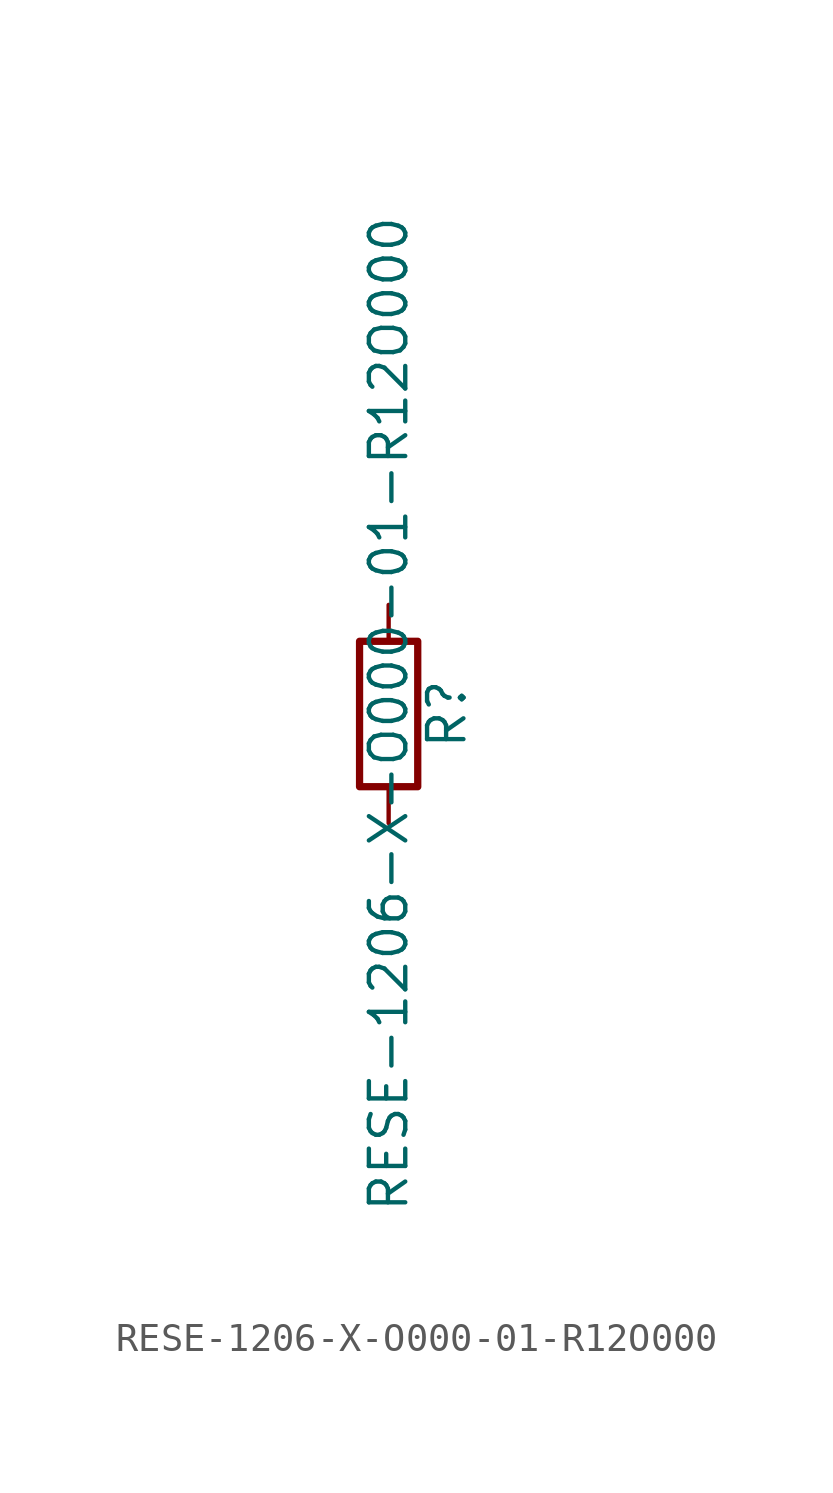
<source format=kicad_sym>
(kicad_symbol_lib
  (version 20211014)
  (generator kicad_symbol_editor)
  (symbol "RESE-1206-X-O000-01-R12O000"
    (pin_numbers hide)
    (pin_names
      (offset 0))
    (property "Reference" "R"
      (at 2.032 0 90)
      (effects (font (size 1.27 1.27))))
    (property "Value" "RESE-1206-X-O000-01-R12O000"
      (at 0 0 90)
      (effects (font (size 1.27 1.27))))
    (symbol "RESE-1206-X-O000-01-R12O000_0_1"
      (rectangle (start -1.016 -2.54) (end 1.016 2.54) (stroke (width 0.254) (type default) (color 0 0 0 0)) (fill (type none))))
    (symbol "RESE-1206-X-O000-01-R12O000_1_1"
      (pin passive line (at 0 3.81 270) (length 1.27) (name "~" (effects (font (size 1.27 1.27)))) (number "1" (effects (font (size 1.27 1.27)))))
      (pin passive line (at 0 -3.81 90) (length 1.27) (name "~" (effects (font (size 1.27 1.27)))) (number "2" (effects (font (size 1.27 1.27))))))))
</source>
